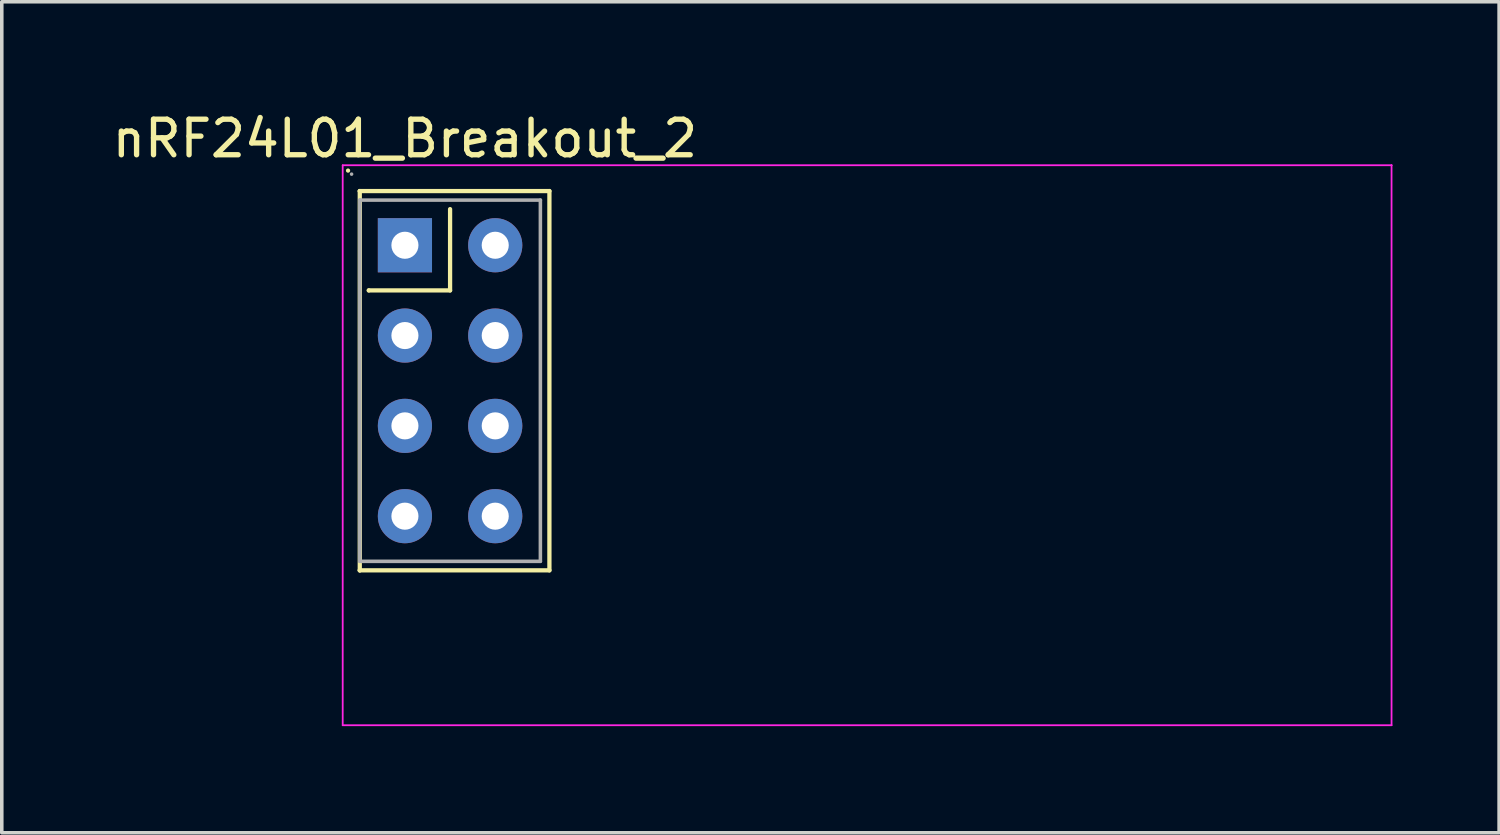
<source format=kicad_pcb>
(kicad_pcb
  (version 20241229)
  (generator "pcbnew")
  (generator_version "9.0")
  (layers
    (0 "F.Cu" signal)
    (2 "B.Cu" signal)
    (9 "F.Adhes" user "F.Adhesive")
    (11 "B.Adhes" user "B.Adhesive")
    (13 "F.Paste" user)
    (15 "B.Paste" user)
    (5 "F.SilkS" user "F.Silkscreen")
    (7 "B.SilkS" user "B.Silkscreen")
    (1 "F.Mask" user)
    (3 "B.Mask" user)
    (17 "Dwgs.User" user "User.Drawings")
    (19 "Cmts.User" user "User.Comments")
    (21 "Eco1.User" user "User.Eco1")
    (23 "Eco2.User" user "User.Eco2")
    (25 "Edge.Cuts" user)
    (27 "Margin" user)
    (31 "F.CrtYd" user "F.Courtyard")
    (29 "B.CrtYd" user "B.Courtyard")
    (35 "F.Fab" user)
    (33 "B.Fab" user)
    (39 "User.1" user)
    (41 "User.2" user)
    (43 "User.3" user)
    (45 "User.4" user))
  (footprint "nRF24L01_Breakout_2"
    (layer "F.Cu")
    (at 8.339 3.848)
    (property "Reference" "nRF24L01_Breakout_2" (at 0 -3 0) (layer "F.SilkS") (effects (font (size 1 1) (thickness 0.15))))
    (attr through_hole)
    (fp_line (start -1.6 -2.1) (end -1.6 -2.1) (stroke (width 0.12) (type solid)) (layer "F.SilkS"))
    (fp_line (start -1.27 -1.524) (end -1.27 -1.524) (stroke (width 0.12) (type solid)) (layer "F.SilkS"))
    (fp_line (start -1.27 -1.524) (end 4.064 -1.524) (stroke (width 0.12) (type solid)) (layer "F.SilkS"))
    (fp_line (start -1.27 9.144) (end -1.27 -1.524) (stroke (width 0.12) (type solid)) (layer "F.SilkS"))
    (fp_line (start -1.27 9.144) (end -1.27 9.144) (stroke (width 0.12) (type solid)) (layer "F.SilkS"))
    (fp_line (start -1.016 1.27) (end -1.016 1.27) (stroke (width 0.12) (type solid)) (layer "F.SilkS"))
    (fp_line (start 1.27 -1.016) (end 1.27 1.27) (stroke (width 0.12) (type solid)) (layer "F.SilkS"))
    (fp_line (start 1.27 1.27) (end -1.016 1.27) (stroke (width 0.12) (type solid)) (layer "F.SilkS"))
    (fp_line (start 4.064 -1.524) (end 4.064 9.144) (stroke (width 0.12) (type solid)) (layer "F.SilkS"))
    (fp_line (start 4.064 9.144) (end -1.27 9.144) (stroke (width 0.12) (type solid)) (layer "F.SilkS"))
    (fp_line (start -1.75 -2.25) (end -1.75 13.5) (stroke (width 0.05) (type solid)) (layer "F.CrtYd"))
    (fp_line (start -1.75 13.5) (end 27.75 13.5) (stroke (width 0.05) (type solid)) (layer "F.CrtYd"))
    (fp_line (start 27.75 -2.25) (end -1.75 -2.25) (stroke (width 0.05) (type solid)) (layer "F.CrtYd"))
    (fp_line (start 27.75 -2.25) (end 27.75 -2.25) (stroke (width 0.05) (type solid)) (layer "F.CrtYd"))
    (fp_line (start 27.75 13.5) (end 27.75 -2.25) (stroke (width 0.05) (type solid)) (layer "F.CrtYd"))
    (fp_line (start -1.5 -2) (end -1.5 -2) (stroke (width 0.1) (type solid)) (layer "F.Fab"))
    (fp_line (start -1.27 -1.27) (end -1.27 -1.27) (stroke (width 0.1) (type solid)) (layer "F.Fab"))
    (fp_line (start -1.27 -1.27) (end 3.81 -1.27) (stroke (width 0.1) (type solid)) (layer "F.Fab"))
    (fp_line (start -1.27 8.89) (end -1.27 -1.27) (stroke (width 0.1) (type solid)) (layer "F.Fab"))
    (fp_line (start 3.81 -1.27) (end 3.81 8.89) (stroke (width 0.1) (type solid)) (layer "F.Fab"))
    (fp_line (start 3.81 8.89) (end -1.27 8.89) (stroke (width 0.1) (type solid)) (layer "F.Fab"))
    (pad "1" thru_hole rect (at 0 0) (size 1.524 1.524) (drill 0.762) (layers "*.Cu" "*.Mask"))
    (pad "2" thru_hole circle (at 2.54 0) (size 1.524 1.524) (drill 0.762) (layers "*.Cu" "*.Mask"))
    (pad "3" thru_hole circle (at 0 2.54) (size 1.524 1.524) (drill 0.762) (layers "*.Cu" "*.Mask"))
    (pad "4" thru_hole circle (at 2.54 2.54) (size 1.524 1.524) (drill 0.762) (layers "*.Cu" "*.Mask"))
    (pad "5" thru_hole circle (at 0 5.08) (size 1.524 1.524) (drill 0.762) (layers "*.Cu" "*.Mask"))
    (pad "6" thru_hole circle (at 2.54 5.08) (size 1.524 1.524) (drill 0.762) (layers "*.Cu" "*.Mask"))
    (pad "7" thru_hole circle (at 0 7.62) (size 1.524 1.524) (drill 0.762) (layers "*.Cu" "*.Mask"))
    (pad "8" thru_hole circle (at 2.54 7.62) (size 1.524 1.524) (drill 0.762) (layers "*.Cu" "*.Mask")))
  (gr_rect
    (start -3 -3)
    (end 39.114 20.373)
    (stroke (width 0.1) (type default))
    (fill no)
    (layer "Edge.Cuts")))
</source>
